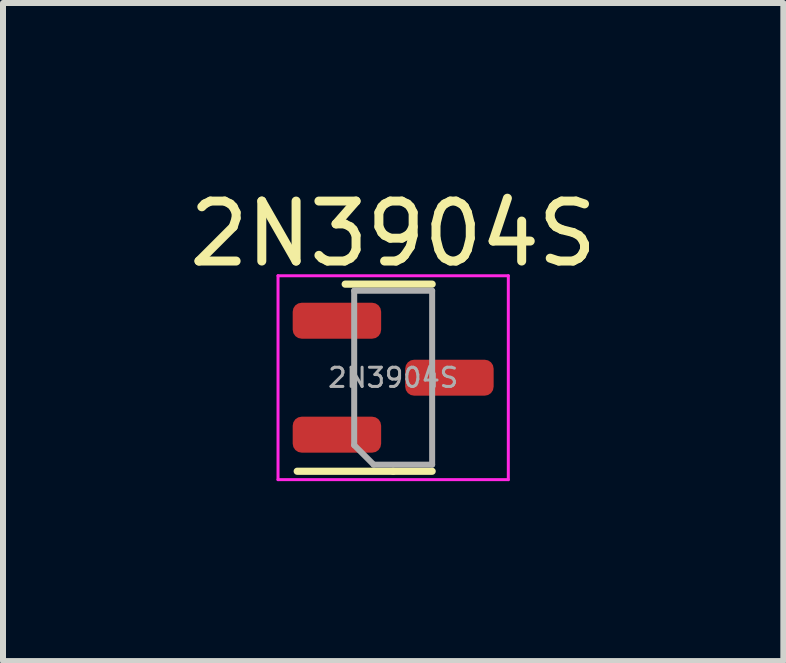
<source format=kicad_pcb>
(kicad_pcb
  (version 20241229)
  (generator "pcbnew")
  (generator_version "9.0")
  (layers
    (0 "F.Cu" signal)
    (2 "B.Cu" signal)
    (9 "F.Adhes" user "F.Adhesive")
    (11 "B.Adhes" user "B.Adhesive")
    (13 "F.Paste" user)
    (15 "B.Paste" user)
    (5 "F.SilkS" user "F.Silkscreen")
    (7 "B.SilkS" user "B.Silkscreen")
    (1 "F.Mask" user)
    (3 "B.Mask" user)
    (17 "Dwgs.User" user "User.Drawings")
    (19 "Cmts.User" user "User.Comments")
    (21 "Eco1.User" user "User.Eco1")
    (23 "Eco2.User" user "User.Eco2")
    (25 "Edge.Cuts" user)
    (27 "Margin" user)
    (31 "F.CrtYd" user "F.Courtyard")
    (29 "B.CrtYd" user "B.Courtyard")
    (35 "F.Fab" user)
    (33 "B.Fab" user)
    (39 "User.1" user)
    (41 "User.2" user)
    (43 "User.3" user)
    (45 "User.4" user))
  (footprint "2N3904S"
    (layer "F.Cu")
    (at 3.506 3.248)
    (property "Reference" "2N3904S" (at 0 -2.4 0) (layer "F.SilkS") (effects (font (size 1 1) (thickness 0.15))))
    (attr smd)
    (fp_line (start -0.8 -1.56) (end 0.65 -1.56) (stroke (width 0.12) (type solid)) (layer "F.SilkS"))
    (fp_line (start 0 1.56) (end -1.6 1.56) (stroke (width 0.12) (type solid)) (layer "F.SilkS"))
    (fp_line (start 0 1.56) (end 0.65 1.56) (stroke (width 0.12) (type solid)) (layer "F.SilkS"))
    (fp_line (start -1.92 -1.7) (end -1.92 1.7) (stroke (width 0.05) (type solid)) (layer "F.CrtYd"))
    (fp_line (start -1.92 1.7) (end 1.92 1.7) (stroke (width 0.05) (type solid)) (layer "F.CrtYd"))
    (fp_line (start 1.92 -1.7) (end -1.92 -1.7) (stroke (width 0.05) (type solid)) (layer "F.CrtYd"))
    (fp_line (start 1.92 1.7) (end 1.92 -1.7) (stroke (width 0.05) (type solid)) (layer "F.CrtYd"))
    (fp_line (start -0.65 -1.45) (end 0.65 -1.45) (stroke (width 0.1) (type solid)) (layer "F.Fab"))
    (fp_line (start -0.65 1.125) (end -0.65 -1.45) (stroke (width 0.1) (type solid)) (layer "F.Fab"))
    (fp_line (start -0.65 1.125) (end -0.325 1.45) (stroke (width 0.1) (type solid)) (layer "F.Fab"))
    (fp_line (start 0.65 -1.45) (end 0.65 1.45) (stroke (width 0.1) (type solid)) (layer "F.Fab"))
    (fp_line (start 0.65 1.45) (end -0.325 1.45) (stroke (width 0.1) (type solid)) (layer "F.Fab"))
    (fp_text user "${REFERENCE}" (at 0 0 0) (layer "F.Fab") (effects (font (size 0.32 0.32) (thickness 0.05))))
    (pad "1" smd roundrect (at -0.938 0.95) (size 1.475 0.6) (layers "F.Cu" "F.Mask" "F.Paste") (roundrect_rratio 0.25))
    (pad "2" smd roundrect (at -0.938 -0.95) (size 1.475 0.6) (layers "F.Cu" "F.Mask" "F.Paste") (roundrect_rratio 0.25))
    (pad "3" smd roundrect (at 0.938 0) (size 1.475 0.6) (layers "F.Cu" "F.Mask" "F.Paste") (roundrect_rratio 0.25)))
  (gr_rect
    (start -3 -3)
    (end 10.012 7.973)
    (stroke (width 0.1) (type default))
    (fill no)
    (layer "Edge.Cuts")))
</source>
